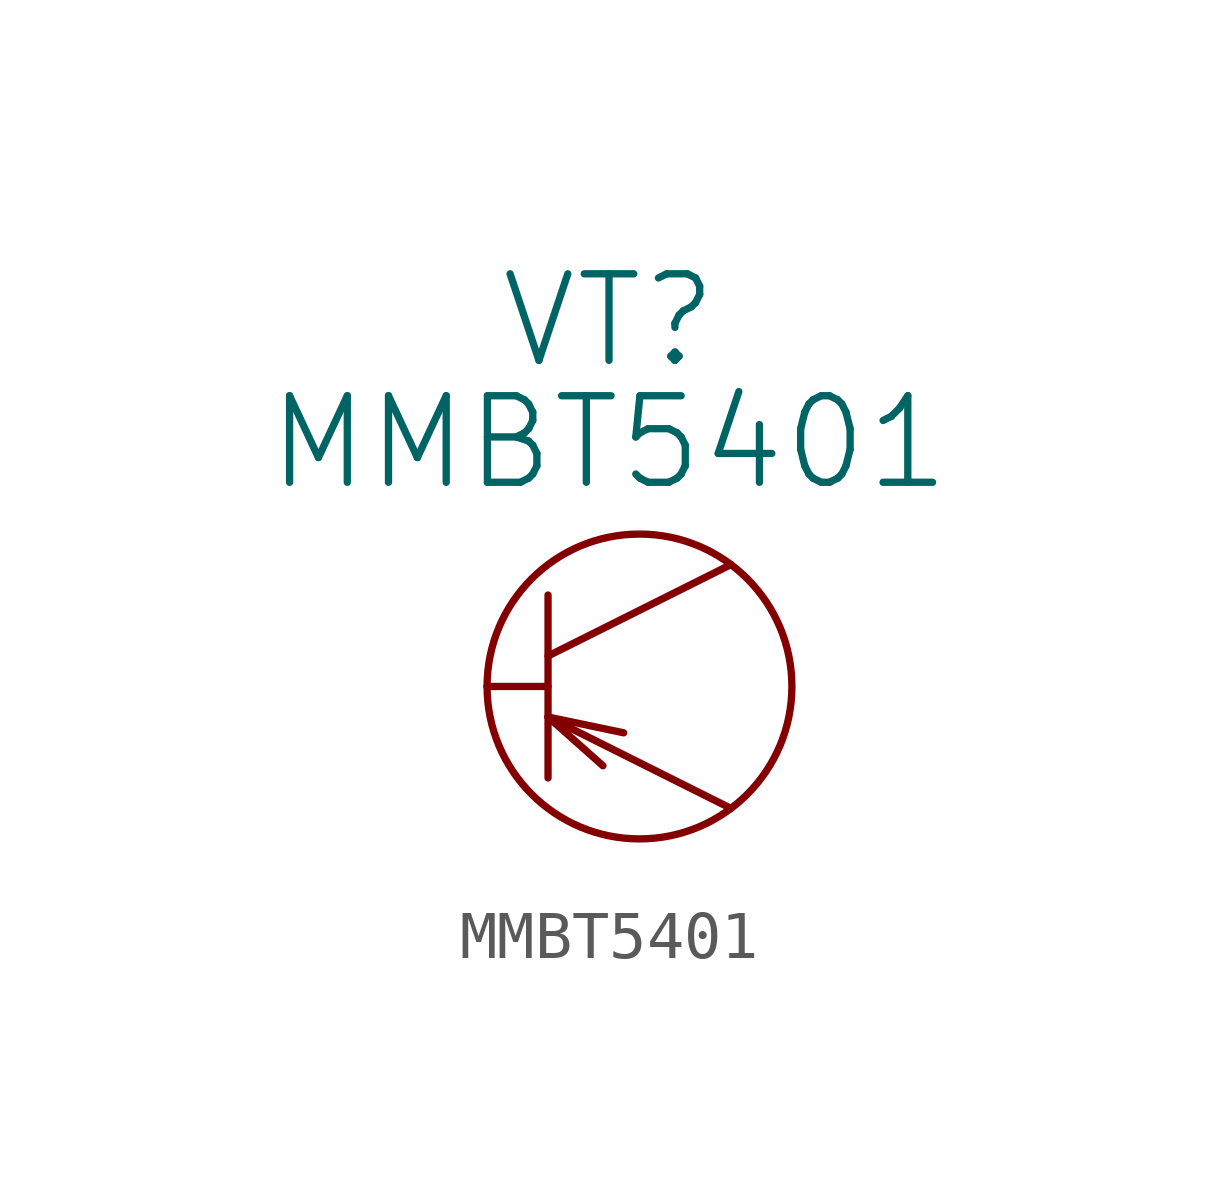
<source format=kicad_sym>
(kicad_symbol_lib
  (version 20211014)
  (generator kicad_symbol_editor)
  (symbol "MMBT5401"
    (pin_numbers hide)
    (pin_names
      (offset 0))
    (property "Reference" "VT"
      (at 2.54 7.62 0)
      (effects (font (size 1.803 1.803))))
    (property "Value" "MMBT5401"
      (at 2.54 5.08 0)
      (effects (font (size 1.803 1.803))))
    (property "Footprint" ""
      (at 0 0 0)
      (effects (font (size 1.524 1.524))))
    (property "Datasheet" ""
      (at 0 0 0)
      (effects (font (size 1.524 1.524))))
    (symbol "MMBT5401_0_1"
      (polyline (pts (xy 1.27 -0.635) (xy 2.413 -1.651)) (stroke (width 0) (type default) (color 0 0 0 0)) (fill (type none)))
      (polyline (pts (xy 1.27 -0.635) (xy 2.845 -0.965)) (stroke (width 0) (type default) (color 0 0 0 0)) (fill (type none)))
      (polyline (pts (xy 1.27 0) (xy 0 0)) (stroke (width 0) (type default) (color 0 0 0 0)) (fill (type none)))
      (polyline (pts (xy 1.27 0.635) (xy 5.08 2.54)) (stroke (width 0) (type default) (color 0 0 0 0)) (fill (type none)))
      (polyline (pts (xy 1.27 1.905) (xy 1.27 -1.905)) (stroke (width 0) (type default) (color 0 0 0 0)) (fill (type none)))
      (polyline (pts (xy 5.08 -2.54) (xy 1.27 -0.635)) (stroke (width 0) (type default) (color 0 0 0 0)) (fill (type none)))
      (circle (center 3.175 0) (radius 3.175) (stroke (width 0) (type default) (color 0 0 0 0)) (fill (type none))))
    (symbol "MMBT5401_1_1"
      (pin input line (at 0 0 0) (length 0) (name "~" (effects (font (size 1.27 1.27)))) (number "1" (effects (font (size 1.27 1.27)))))
      (pin input line (at 5.08 -2.54 180) (length 0) (name "~" (effects (font (size 1.27 1.27)))) (number "2" (effects (font (size 1.27 1.27)))))
      (pin output line (at 5.08 2.54 180) (length 0) (name "~" (effects (font (size 1.27 1.27)))) (number "3" (effects (font (size 1.27 1.27))))))))
</source>
